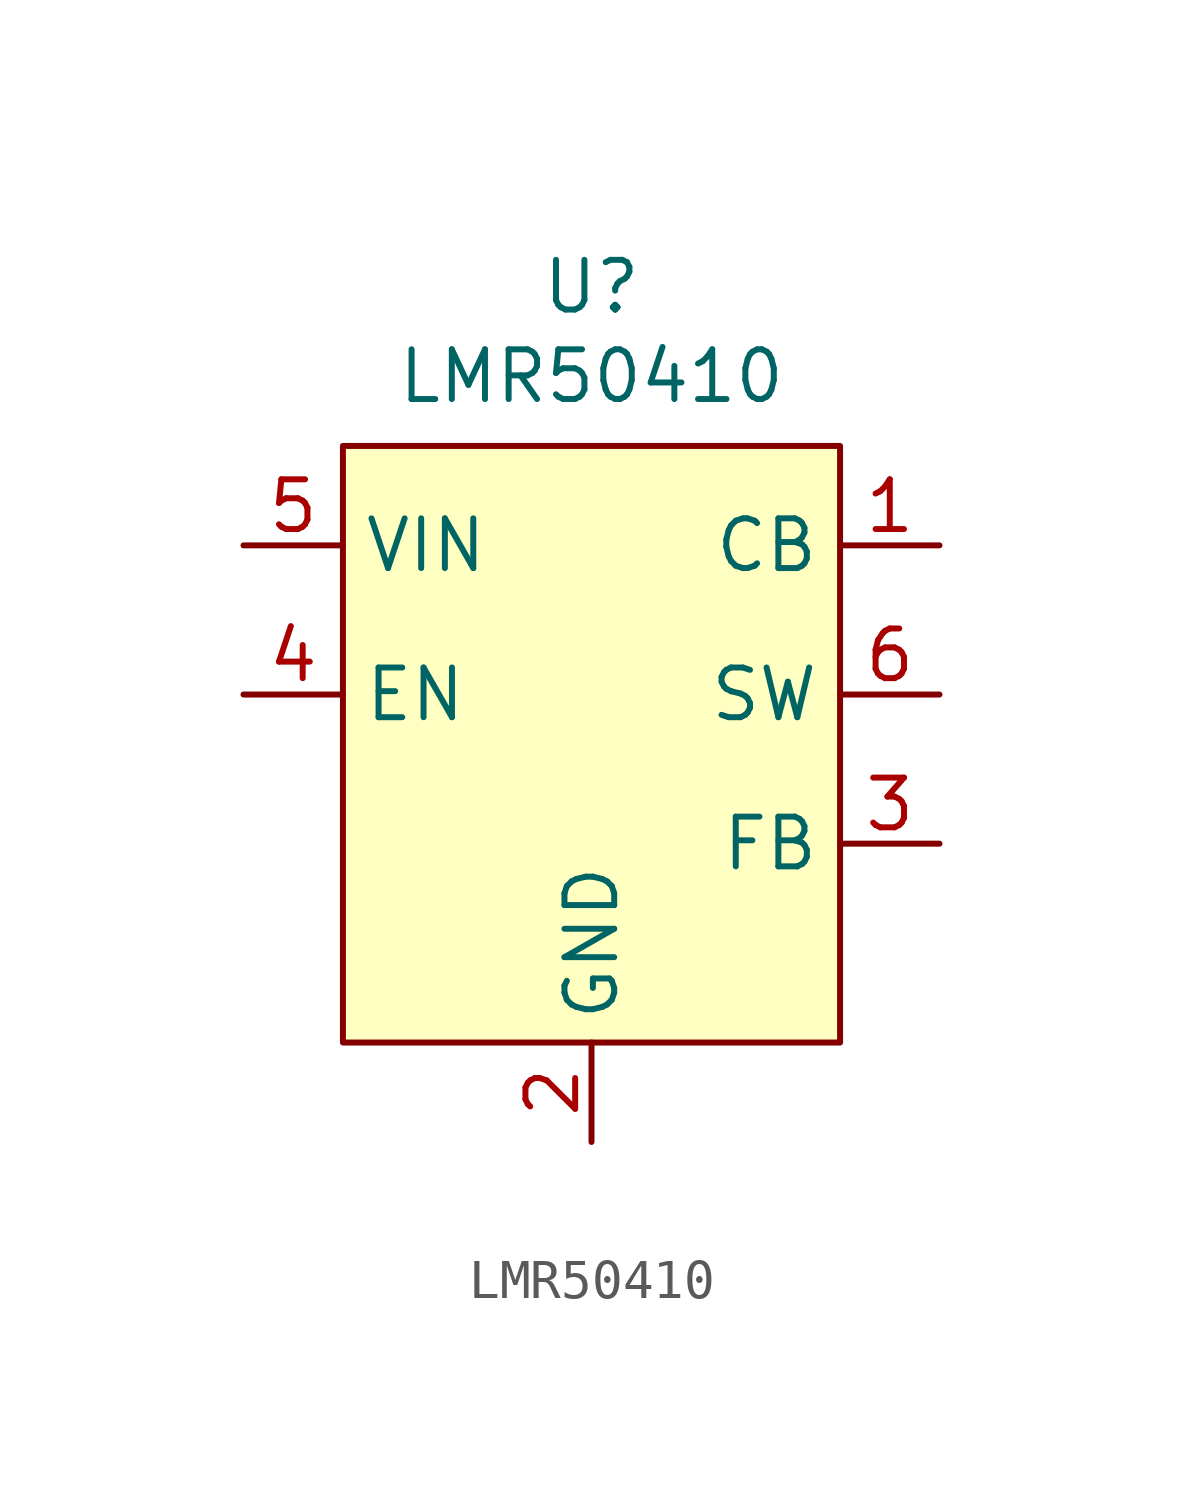
<source format=kicad_sym>
(kicad_symbol_lib
  (version 20231120)
  (generator "kicad_symbol_editor")
  (generator_version "8.0")
  (symbol "LMR50410"
    (property "Reference" "U"
      (at 0 10.414 0)
      (effects (font (size 1.27 1.27))))
    (property "Value" "LMR50410"
      (at 0 8.128 0)
      (effects (font (size 1.27 1.27))))
    (symbol "LMR50410_1_1"
      (rectangle (start -6.35 6.35) (end 6.35 -8.89) (stroke (width 0) (type default)) (fill (type background)))
      (pin output line (at 8.89 3.81 180) (length 2.54) (name "CB" (effects (font (size 1.27 1.27)))) (number "1" (effects (font (size 1.27 1.27)))))
      (pin power_in line (at 0 -11.43 90) (length 2.54) (name "GND" (effects (font (size 1.27 1.27)))) (number "2" (effects (font (size 1.27 1.27)))))
      (pin output line (at 8.89 -3.81 180) (length 2.54) (name "FB" (effects (font (size 1.27 1.27)))) (number "3" (effects (font (size 1.27 1.27)))))
      (pin input line (at -8.89 0 0) (length 2.54) (name "EN" (effects (font (size 1.27 1.27)))) (number "4" (effects (font (size 1.27 1.27)))))
      (pin power_in line (at -8.89 3.81 0) (length 2.54) (name "VIN" (effects (font (size 1.27 1.27)))) (number "5" (effects (font (size 1.27 1.27)))))
      (pin power_out line (at 8.89 0 180) (length 2.54) (name "SW" (effects (font (size 1.27 1.27)))) (number "6" (effects (font (size 1.27 1.27))))))))
</source>
